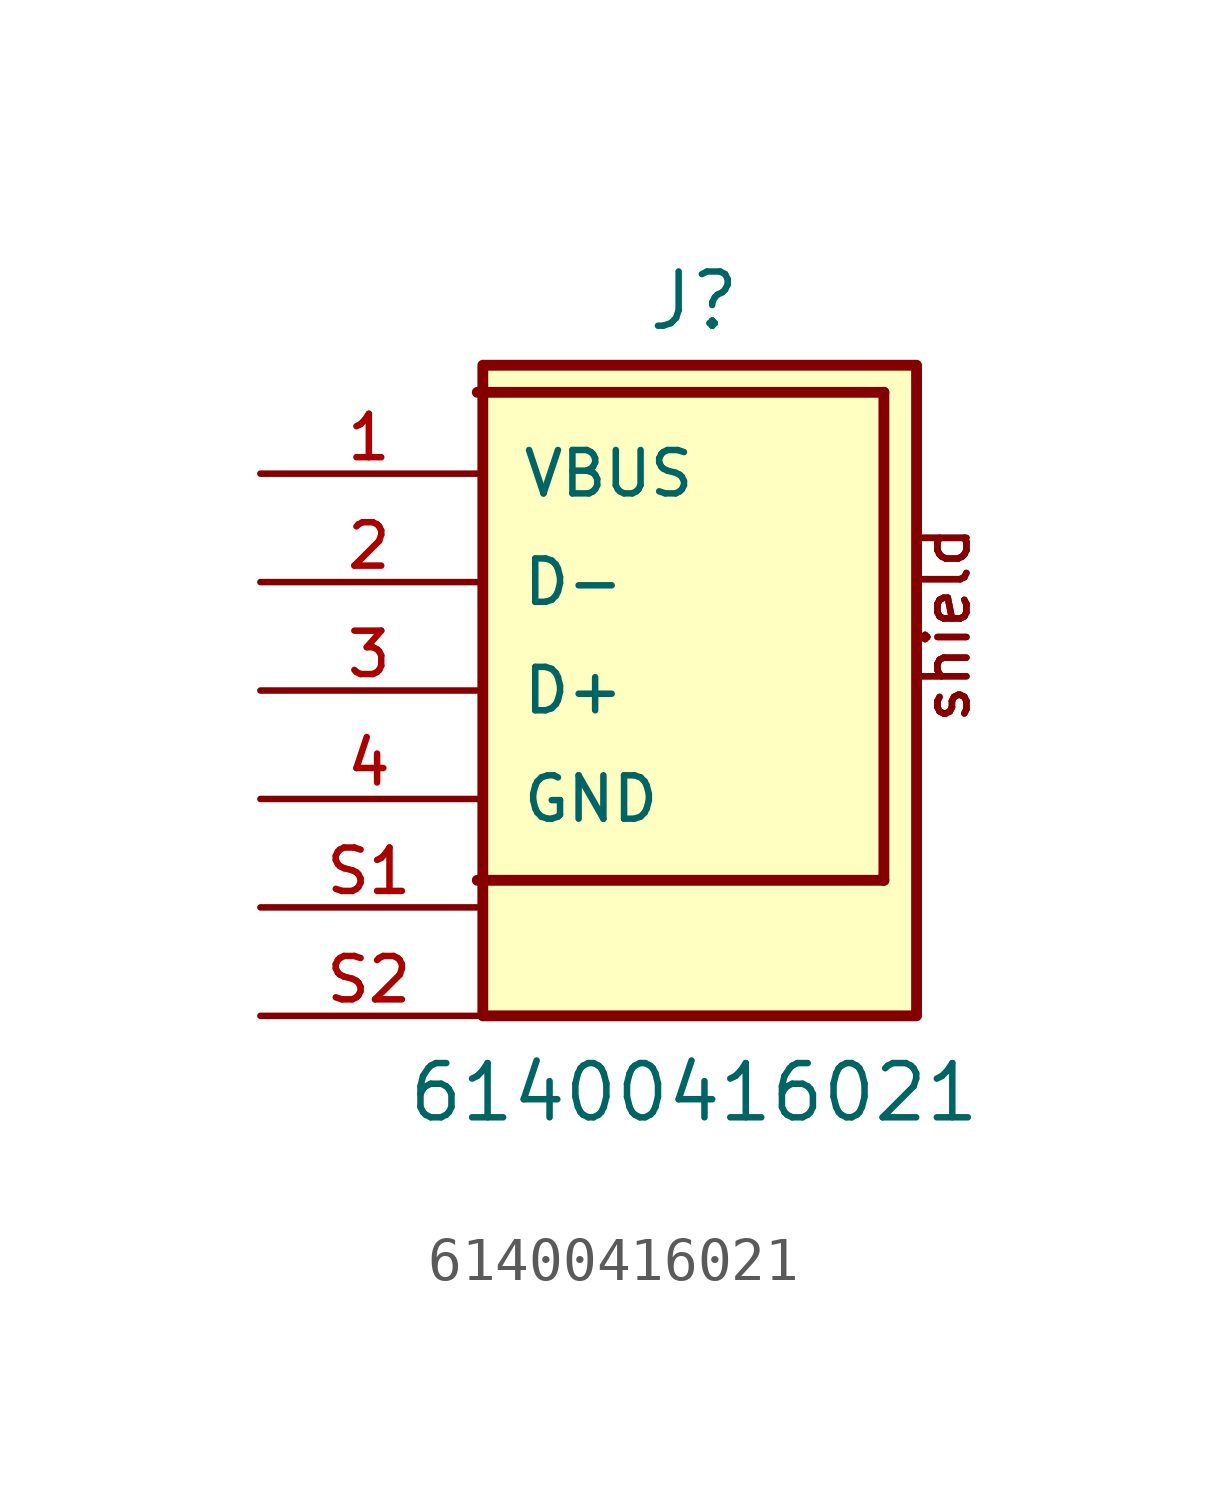
<source format=kicad_sym>
(kicad_symbol_lib
  (version 20241209)
  (generator "kicad_symbol_editor")
  (generator_version "9.0")
  (symbol "61400416021"
    (pin_names
      (offset 1.016))
    (property "Reference" "J"
      (at 0 5.842 0)
      (effects (font (size 1.27 1.27)) (justify bottom)))
    (property "Value" "61400416021"
      (at 0 -12.7 0)
      (effects (font (size 1.27 1.27)) (justify bottom)))
    (symbol "61400416021_0_0"
      (polyline (pts (xy -5.08 4.445) (xy 4.445 4.445)) (stroke (width 0.254) (type default)) (fill (type none)))
      (rectangle (start -4.95 -10.16) (end 5.21 5.08) (stroke (width 0.254) (type default)) (fill (type background)))
      (polyline (pts (xy 4.445 4.445) (xy 4.445 -6.985)) (stroke (width 0.254) (type default)) (fill (type none)))
      (polyline (pts (xy 4.445 -6.985) (xy -5.08 -6.985)) (stroke (width 0.254) (type default)) (fill (type none)))
      (text "shield" (at 6.51 -3.37 900) (effects (font (size 1.016 1.016)) (justify left bottom)))
      (text "shield" (at 6.51 -3.37 900) (effects (font (size 1.016 1.016)) (justify left bottom)))
      (pin passive line (at -10.16 2.54 0) (length 5.08) (name "VBUS" (effects (font (size 1.016 1.016)))) (number "1" (effects (font (size 1.016 1.016)))))
      (pin passive line (at -10.16 0 0) (length 5.08) (name "D-" (effects (font (size 1.016 1.016)))) (number "2" (effects (font (size 1.016 1.016)))))
      (pin passive line (at -10.16 -2.54 0) (length 5.08) (name "D+" (effects (font (size 1.016 1.016)))) (number "3" (effects (font (size 1.016 1.016)))))
      (pin passive line (at -10.16 -5.08 0) (length 5.08) (name "GND" (effects (font (size 1.016 1.016)))) (number "4" (effects (font (size 1.016 1.016)))))
      (pin passive line (at -10.16 -7.62 0) (length 5.08) (name "~" (effects (font (size 1.016 1.016)))) (number "S1" (effects (font (size 1.016 1.016)))))
      (pin passive line (at -10.16 -10.16 0) (length 5.08) (name "~" (effects (font (size 1.016 1.016)))) (number "S2" (effects (font (size 1.016 1.016))))))))
</source>
